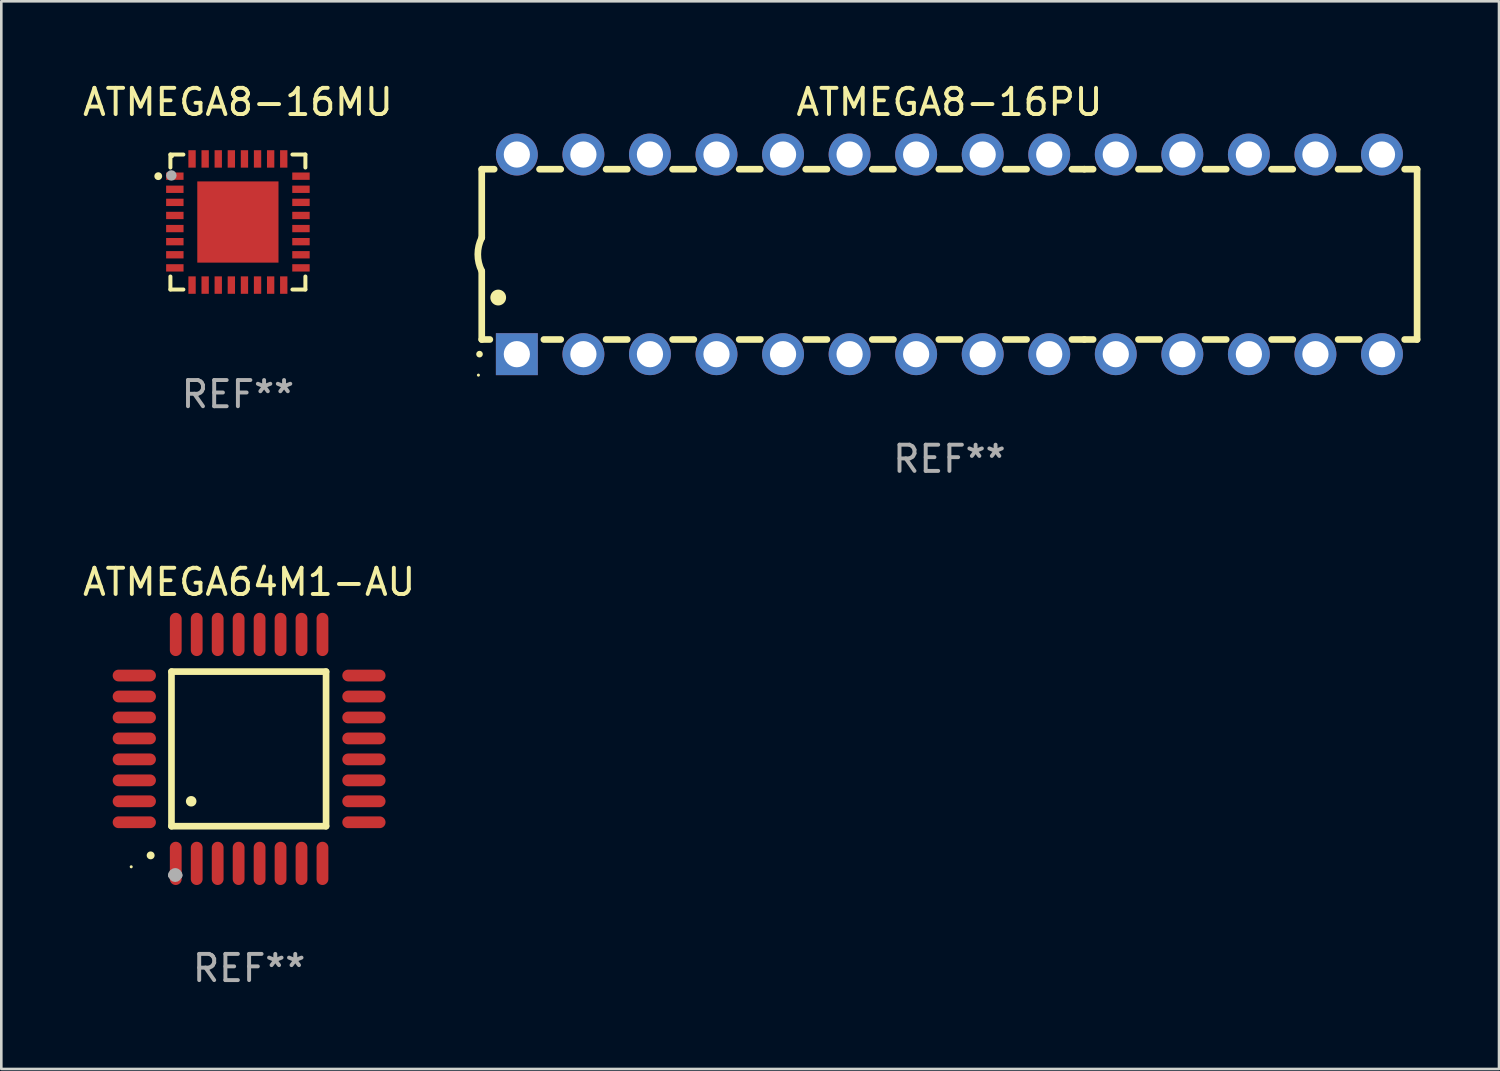
<source format=kicad_pcb>
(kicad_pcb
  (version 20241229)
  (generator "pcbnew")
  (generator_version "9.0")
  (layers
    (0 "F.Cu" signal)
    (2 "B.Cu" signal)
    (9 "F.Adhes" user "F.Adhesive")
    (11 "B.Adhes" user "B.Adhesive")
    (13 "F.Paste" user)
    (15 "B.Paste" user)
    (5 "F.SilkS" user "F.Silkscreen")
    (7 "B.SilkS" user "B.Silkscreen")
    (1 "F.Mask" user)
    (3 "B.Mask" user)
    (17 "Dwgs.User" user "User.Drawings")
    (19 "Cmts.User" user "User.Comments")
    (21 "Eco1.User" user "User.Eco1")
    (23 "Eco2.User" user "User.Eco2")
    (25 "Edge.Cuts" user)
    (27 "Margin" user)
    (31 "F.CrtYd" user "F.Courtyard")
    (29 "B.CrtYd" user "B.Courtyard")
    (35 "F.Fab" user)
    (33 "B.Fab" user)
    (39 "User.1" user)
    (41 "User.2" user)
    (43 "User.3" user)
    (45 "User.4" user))
  (footprint "ATMEGA8-16PU"
    (layer "F.Cu")
    (at 33.187 6.658)
    (property "Reference" "ATMEGA8-16PU" (at 0 -5.81 0) (layer "F.SilkS") (effects (font (size 1 1) (thickness 0.15))))
    (attr through_hole)
    (fp_line (start -17.85 -3.25) (end -17.85 -0.635) (stroke (width 0.254) (type solid)) (layer "F.SilkS"))
    (fp_line (start -17.85 3.25) (end -17.85 0.635) (stroke (width 0.254) (type solid)) (layer "F.SilkS"))
    (fp_line (start -17.85 3.25) (end -17.541 3.25) (stroke (width 0.254) (type solid)) (layer "F.SilkS"))
    (fp_line (start -17.375 -3.25) (end -17.85 -3.25) (stroke (width 0.254) (type solid)) (layer "F.SilkS"))
    (fp_line (start -15.479 3.25) (end -14.835 3.25) (stroke (width 0.254) (type solid)) (layer "F.SilkS"))
    (fp_line (start -14.835 -3.25) (end -15.645 -3.25) (stroke (width 0.254) (type solid)) (layer "F.SilkS"))
    (fp_line (start -13.105 3.25) (end -12.295 3.25) (stroke (width 0.254) (type solid)) (layer "F.SilkS"))
    (fp_line (start -12.295 -3.25) (end -13.105 -3.25) (stroke (width 0.254) (type solid)) (layer "F.SilkS"))
    (fp_line (start -10.565 3.25) (end -9.755 3.25) (stroke (width 0.254) (type solid)) (layer "F.SilkS"))
    (fp_line (start -9.755 -3.25) (end -10.565 -3.25) (stroke (width 0.254) (type solid)) (layer "F.SilkS"))
    (fp_line (start -8.025 3.25) (end -7.215 3.25) (stroke (width 0.254) (type solid)) (layer "F.SilkS"))
    (fp_line (start -7.215 -3.25) (end -8.025 -3.25) (stroke (width 0.254) (type solid)) (layer "F.SilkS"))
    (fp_line (start -5.485 3.25) (end -4.675 3.25) (stroke (width 0.254) (type solid)) (layer "F.SilkS"))
    (fp_line (start -4.675 -3.25) (end -5.485 -3.25) (stroke (width 0.254) (type solid)) (layer "F.SilkS"))
    (fp_line (start -2.945 3.25) (end -2.135 3.25) (stroke (width 0.254) (type solid)) (layer "F.SilkS"))
    (fp_line (start -2.135 -3.25) (end -2.945 -3.25) (stroke (width 0.254) (type solid)) (layer "F.SilkS"))
    (fp_line (start -0.405 3.25) (end 0.405 3.25) (stroke (width 0.254) (type solid)) (layer "F.SilkS"))
    (fp_line (start 0.405 -3.25) (end -0.405 -3.25) (stroke (width 0.254) (type solid)) (layer "F.SilkS"))
    (fp_line (start 2.135 3.25) (end 2.945 3.25) (stroke (width 0.254) (type solid)) (layer "F.SilkS"))
    (fp_line (start 2.945 -3.25) (end 2.135 -3.25) (stroke (width 0.254) (type solid)) (layer "F.SilkS"))
    (fp_line (start 4.675 3.25) (end 5.15 3.25) (stroke (width 0.254) (type solid)) (layer "F.SilkS"))
    (fp_line (start 5.15 -3.25) (end 4.675 -3.25) (stroke (width 0.254) (type solid)) (layer "F.SilkS"))
    (fp_line (start 5.15 -3.25) (end 5.485 -3.25) (stroke (width 0.254) (type solid)) (layer "F.SilkS"))
    (fp_line (start 5.15 3.25) (end 5.485 3.25) (stroke (width 0.254) (type solid)) (layer "F.SilkS"))
    (fp_line (start 7.215 -3.25) (end 8.025 -3.25) (stroke (width 0.254) (type solid)) (layer "F.SilkS"))
    (fp_line (start 7.215 3.25) (end 8.025 3.25) (stroke (width 0.254) (type solid)) (layer "F.SilkS"))
    (fp_line (start 9.755 -3.25) (end 10.565 -3.25) (stroke (width 0.254) (type solid)) (layer "F.SilkS"))
    (fp_line (start 9.755 3.25) (end 10.565 3.25) (stroke (width 0.254) (type solid)) (layer "F.SilkS"))
    (fp_line (start 12.295 -3.25) (end 13.105 -3.25) (stroke (width 0.254) (type solid)) (layer "F.SilkS"))
    (fp_line (start 12.295 3.25) (end 13.105 3.25) (stroke (width 0.254) (type solid)) (layer "F.SilkS"))
    (fp_line (start 14.835 -3.25) (end 15.645 -3.25) (stroke (width 0.254) (type solid)) (layer "F.SilkS"))
    (fp_line (start 14.835 3.25) (end 15.645 3.25) (stroke (width 0.254) (type solid)) (layer "F.SilkS"))
    (fp_line (start 17.375 -3.25) (end 17.85 -3.25) (stroke (width 0.254) (type solid)) (layer "F.SilkS"))
    (fp_line (start 17.375 3.25) (end 17.85 3.25) (stroke (width 0.254) (type solid)) (layer "F.SilkS"))
    (fp_line (start 17.85 -3.25) (end 17.85 3.25) (stroke (width 0.254) (type solid)) (layer "F.SilkS"))
    (fp_arc (start -17.934976 3.810008) (mid -17.934983 3.808738) (end -17.934976 3.807468) (stroke (width 0.25) (type solid)) (layer "F.SilkS"))
    (fp_arc (start -17.851155 0.635002) (mid -18.000677 -0.000132) (end -17.850038 -0.635001) (stroke (width 0.254001) (type solid)) (layer "F.SilkS"))
    (fp_arc (start -17.221234 1.651003) (mid -17.221245 1.648463) (end -17.221234 1.645923) (stroke (width 0.6) (type solid)) (layer "F.SilkS"))
    (fp_circle (center -17.977 4.61) (end -17.947 4.61) (stroke (width 0.06) (type solid)) (fill no) (layer "F.SilkS"))
    (fp_text user "REF**" (at 0 7.81 0) (layer "F.Fab") (effects (font (size 1 1) (thickness 0.15))))
    (pad "1" thru_hole rect (at -16.51 3.81 90) (size 1.6 1.6) (drill 1) (layers "*.Cu" "*.Mask"))
    (pad "2" thru_hole circle (at -13.97 3.81 90) (size 1.6 1.6) (drill 1) (layers "*.Cu" "*.Mask"))
    (pad "3" thru_hole circle (at -11.43 3.81 90) (size 1.6 1.6) (drill 1) (layers "*.Cu" "*.Mask"))
    (pad "4" thru_hole circle (at -8.89 3.81 90) (size 1.6 1.6) (drill 1) (layers "*.Cu" "*.Mask"))
    (pad "5" thru_hole circle (at -6.35 3.81 90) (size 1.6 1.6) (drill 1) (layers "*.Cu" "*.Mask"))
    (pad "6" thru_hole circle (at -3.81 3.81 90) (size 1.6 1.6) (drill 1) (layers "*.Cu" "*.Mask"))
    (pad "7" thru_hole circle (at -1.27 3.81 90) (size 1.6 1.6) (drill 1) (layers "*.Cu" "*.Mask"))
    (pad "8" thru_hole circle (at 1.27 3.81 90) (size 1.6 1.6) (drill 1) (layers "*.Cu" "*.Mask"))
    (pad "9" thru_hole circle (at 3.81 3.81 90) (size 1.6 1.6) (drill 1) (layers "*.Cu" "*.Mask"))
    (pad "10" thru_hole circle (at 6.35 3.81 90) (size 1.6 1.6) (drill 1) (layers "*.Cu" "*.Mask"))
    (pad "11" thru_hole circle (at 8.89 3.81 90) (size 1.6 1.6) (drill 1) (layers "*.Cu" "*.Mask"))
    (pad "12" thru_hole circle (at 11.43 3.81 90) (size 1.6 1.6) (drill 1) (layers "*.Cu" "*.Mask"))
    (pad "13" thru_hole circle (at 13.97 3.81 90) (size 1.6 1.6) (drill 1) (layers "*.Cu" "*.Mask"))
    (pad "14" thru_hole circle (at 16.51 3.81 90) (size 1.6 1.6) (drill 1) (layers "*.Cu" "*.Mask"))
    (pad "15" thru_hole circle (at 16.51 -3.81 90) (size 1.6 1.6) (drill 1) (layers "*.Cu" "*.Mask"))
    (pad "16" thru_hole circle (at 13.97 -3.81 90) (size 1.6 1.6) (drill 1) (layers "*.Cu" "*.Mask"))
    (pad "17" thru_hole circle (at 11.43 -3.81 90) (size 1.6 1.6) (drill 1) (layers "*.Cu" "*.Mask"))
    (pad "18" thru_hole circle (at 8.89 -3.81 90) (size 1.6 1.6) (drill 1) (layers "*.Cu" "*.Mask"))
    (pad "19" thru_hole circle (at 6.35 -3.81 90) (size 1.6 1.6) (drill 1) (layers "*.Cu" "*.Mask"))
    (pad "20" thru_hole circle (at 3.81 -3.81 90) (size 1.6 1.6) (drill 1) (layers "*.Cu" "*.Mask"))
    (pad "21" thru_hole circle (at 1.27 -3.81 90) (size 1.6 1.6) (drill 1) (layers "*.Cu" "*.Mask"))
    (pad "22" thru_hole circle (at -1.27 -3.81 90) (size 1.6 1.6) (drill 1) (layers "*.Cu" "*.Mask"))
    (pad "23" thru_hole circle (at -3.81 -3.81 90) (size 1.6 1.6) (drill 1) (layers "*.Cu" "*.Mask"))
    (pad "24" thru_hole circle (at -6.35 -3.81 90) (size 1.6 1.6) (drill 1) (layers "*.Cu" "*.Mask"))
    (pad "25" thru_hole circle (at -8.89 -3.81 90) (size 1.6 1.6) (drill 1) (layers "*.Cu" "*.Mask"))
    (pad "26" thru_hole circle (at -11.43 -3.81 90) (size 1.6 1.6) (drill 1) (layers "*.Cu" "*.Mask"))
    (pad "27" thru_hole circle (at -13.97 -3.81 90) (size 1.6 1.6) (drill 1) (layers "*.Cu" "*.Mask"))
    (pad "28" thru_hole circle (at -16.51 -3.81 90) (size 1.6 1.6) (drill 1) (layers "*.Cu" "*.Mask")))
  (footprint "ATMEGA64M1-AU"
    (layer "F.Cu")
    (at 6.458 25.534)
    (property "Reference" "ATMEGA64M1-AU" (at 0 -6.369 0) (layer "F.SilkS") (effects (font (size 1 1) (thickness 0.15))))
    (attr through_hole)
    (fp_line (start -2.963 -2.95) (end -2.963 2.95) (stroke (width 0.254) (type solid)) (layer "F.SilkS"))
    (fp_line (start -2.963 2.95) (end 2.937 2.95) (stroke (width 0.254) (type solid)) (layer "F.SilkS"))
    (fp_line (start 2.937 -2.95) (end -2.963 -2.95) (stroke (width 0.254) (type solid)) (layer "F.SilkS"))
    (fp_line (start 2.937 2.95) (end 2.937 -2.95) (stroke (width 0.254) (type solid)) (layer "F.SilkS"))
    (fp_arc (start -3.759208 4.064008) (mid -3.757938 4.064003) (end -3.756668 4.064008) (stroke (width 0.3) (type solid)) (layer "F.SilkS"))
    (fp_arc (start -2.212344 1.998984) (mid -2.211074 1.99898) (end -2.209804 1.998984) (stroke (width 0.4) (type solid)) (layer "F.SilkS"))
    (fp_circle (center -4.5 4.5) (end -4.47 4.5) (stroke (width 0.06) (type solid)) (fill no) (layer "F.SilkS"))
    (fp_arc (start -2.967489 4.82601) (mid -2.819406 4.677927) (end -2.671323 4.82601) (stroke (width 0.254001) (type solid)) (layer "F.Fab"))
    (fp_arc (start -2.967488 4.82601) (mid -2.819406 4.791053) (end -2.671324 4.82601) (stroke (width 0.254001) (type solid)) (layer "F.Fab"))
    (fp_circle (center -2.819 4.826) (end -2.692 4.826) (stroke (width 0.254) (type solid)) (fill no) (layer "F.Fab"))
    (fp_text user "REF**" (at 0 8.369 0) (layer "F.Fab") (effects (font (size 1 1) (thickness 0.15))))
    (pad "1" smd oval (at -2.8 4.369) (size 0.45 1.65) (layers "F.Cu" "F.Mask" "F.Paste"))
    (pad "2" smd oval (at -2 4.369) (size 0.45 1.65) (layers "F.Cu" "F.Mask" "F.Paste"))
    (pad "3" smd oval (at -1.2 4.369) (size 0.45 1.65) (layers "F.Cu" "F.Mask" "F.Paste"))
    (pad "4" smd oval (at -0.4 4.369) (size 0.45 1.65) (layers "F.Cu" "F.Mask" "F.Paste"))
    (pad "5" smd oval (at 0.4 4.369) (size 0.45 1.65) (layers "F.Cu" "F.Mask" "F.Paste"))
    (pad "6" smd oval (at 1.2 4.369) (size 0.45 1.65) (layers "F.Cu" "F.Mask" "F.Paste"))
    (pad "7" smd oval (at 2 4.369) (size 0.45 1.65) (layers "F.Cu" "F.Mask" "F.Paste"))
    (pad "8" smd oval (at 2.8 4.369) (size 0.45 1.65) (layers "F.Cu" "F.Mask" "F.Paste"))
    (pad "9" smd oval (at 4.382 2.8) (size 1.65 0.45) (layers "F.Cu" "F.Mask" "F.Paste"))
    (pad "10" smd oval (at 4.382 2) (size 1.65 0.45) (layers "F.Cu" "F.Mask" "F.Paste"))
    (pad "11" smd oval (at 4.382 1.2) (size 1.65 0.45) (layers "F.Cu" "F.Mask" "F.Paste"))
    (pad "12" smd oval (at 4.382 0.4) (size 1.65 0.45) (layers "F.Cu" "F.Mask" "F.Paste"))
    (pad "13" smd oval (at 4.382 -0.4) (size 1.65 0.45) (layers "F.Cu" "F.Mask" "F.Paste"))
    (pad "14" smd oval (at 4.382 -1.2) (size 1.65 0.45) (layers "F.Cu" "F.Mask" "F.Paste"))
    (pad "15" smd oval (at 4.382 -2) (size 1.65 0.45) (layers "F.Cu" "F.Mask" "F.Paste"))
    (pad "16" smd oval (at 4.382 -2.8) (size 1.65 0.45) (layers "F.Cu" "F.Mask" "F.Paste"))
    (pad "17" smd oval (at 2.8 -4.369) (size 0.45 1.65) (layers "F.Cu" "F.Mask" "F.Paste"))
    (pad "18" smd oval (at 2 -4.369) (size 0.45 1.65) (layers "F.Cu" "F.Mask" "F.Paste"))
    (pad "19" smd oval (at 1.2 -4.369) (size 0.45 1.65) (layers "F.Cu" "F.Mask" "F.Paste"))
    (pad "20" smd oval (at 0.4 -4.369) (size 0.45 1.65) (layers "F.Cu" "F.Mask" "F.Paste"))
    (pad "21" smd oval (at -0.4 -4.369) (size 0.45 1.65) (layers "F.Cu" "F.Mask" "F.Paste"))
    (pad "22" smd oval (at -1.2 -4.369) (size 0.45 1.65) (layers "F.Cu" "F.Mask" "F.Paste"))
    (pad "23" smd oval (at -2 -4.369) (size 0.45 1.65) (layers "F.Cu" "F.Mask" "F.Paste"))
    (pad "24" smd oval (at -2.8 -4.369) (size 0.45 1.65) (layers "F.Cu" "F.Mask" "F.Paste"))
    (pad "25" smd oval (at -4.382 -2.8) (size 1.65 0.45) (layers "F.Cu" "F.Mask" "F.Paste"))
    (pad "26" smd oval (at -4.382 -2) (size 1.65 0.45) (layers "F.Cu" "F.Mask" "F.Paste"))
    (pad "27" smd oval (at -4.382 -1.2) (size 1.65 0.45) (layers "F.Cu" "F.Mask" "F.Paste"))
    (pad "28" smd oval (at -4.382 -0.4) (size 1.65 0.45) (layers "F.Cu" "F.Mask" "F.Paste"))
    (pad "29" smd oval (at -4.382 0.4) (size 1.65 0.45) (layers "F.Cu" "F.Mask" "F.Paste"))
    (pad "30" smd oval (at -4.382 1.2) (size 1.65 0.45) (layers "F.Cu" "F.Mask" "F.Paste"))
    (pad "31" smd oval (at -4.382 2) (size 1.65 0.45) (layers "F.Cu" "F.Mask" "F.Paste"))
    (pad "32" smd oval (at -4.382 2.8) (size 1.65 0.45) (layers "F.Cu" "F.Mask" "F.Paste")))
  (footprint "ATMEGA8-16MU"
    (layer "F.Cu")
    (at 6.03 5.424)
    (property "Reference" "ATMEGA8-16MU" (at 0 -4.576 0) (layer "F.SilkS") (effects (font (size 1 1) (thickness 0.15))))
    (attr through_hole)
    (fp_line (start -2.576 -2.576) (end -2.576 -2.08) (stroke (width 0.152) (type solid)) (layer "F.SilkS"))
    (fp_line (start -2.576 2.576) (end -2.576 2.08) (stroke (width 0.152) (type solid)) (layer "F.SilkS"))
    (fp_line (start -2.08 -2.576) (end -2.576 -2.576) (stroke (width 0.152) (type solid)) (layer "F.SilkS"))
    (fp_line (start -2.08 2.576) (end -2.576 2.576) (stroke (width 0.152) (type solid)) (layer "F.SilkS"))
    (fp_line (start 2.08 -2.576) (end 2.576 -2.576) (stroke (width 0.152) (type solid)) (layer "F.SilkS"))
    (fp_line (start 2.08 2.576) (end 2.576 2.576) (stroke (width 0.152) (type solid)) (layer "F.SilkS"))
    (fp_line (start 2.576 -2.576) (end 2.576 -2.08) (stroke (width 0.152) (type solid)) (layer "F.SilkS"))
    (fp_line (start 2.576 2.576) (end 2.576 2.08) (stroke (width 0.152) (type solid)) (layer "F.SilkS"))
    (fp_circle (center -3.04 -1.75) (end -2.965 -1.75) (stroke (width 0.15) (type solid)) (fill no) (layer "F.SilkS"))
    (fp_circle (center -2.5 -2.5) (end -2.47 -2.5) (stroke (width 0.06) (type solid)) (fill no) (layer "F.SilkS"))
    (fp_circle (center -2.54 -1.778) (end -2.44 -1.778) (stroke (width 0.2) (type solid)) (fill no) (layer "F.Fab"))
    (fp_text user "REF**" (at 0 6.576 0) (layer "F.Fab") (effects (font (size 1 1) (thickness 0.15))))
    (pad "1" smd rect (at -2.407 -1.75) (size 0.665 0.28) (layers "F.Cu" "F.Mask" "F.Paste"))
    (pad "2" smd rect (at -2.407 -1.25) (size 0.665 0.28) (layers "F.Cu" "F.Mask" "F.Paste"))
    (pad "3" smd rect (at -2.407 -0.75) (size 0.665 0.28) (layers "F.Cu" "F.Mask" "F.Paste"))
    (pad "4" smd rect (at -2.407 -0.25) (size 0.665 0.28) (layers "F.Cu" "F.Mask" "F.Paste"))
    (pad "5" smd rect (at -2.407 0.25) (size 0.665 0.28) (layers "F.Cu" "F.Mask" "F.Paste"))
    (pad "6" smd rect (at -2.407 0.75) (size 0.665 0.28) (layers "F.Cu" "F.Mask" "F.Paste"))
    (pad "7" smd rect (at -2.407 1.25) (size 0.665 0.28) (layers "F.Cu" "F.Mask" "F.Paste"))
    (pad "8" smd rect (at -2.407 1.75) (size 0.665 0.28) (layers "F.Cu" "F.Mask" "F.Paste"))
    (pad "9" smd rect (at -1.75 2.407) (size 0.28 0.665) (layers "F.Cu" "F.Mask" "F.Paste"))
    (pad "10" smd rect (at -1.25 2.407) (size 0.28 0.665) (layers "F.Cu" "F.Mask" "F.Paste"))
    (pad "11" smd rect (at -0.75 2.407) (size 0.28 0.665) (layers "F.Cu" "F.Mask" "F.Paste"))
    (pad "12" smd rect (at -0.25 2.407) (size 0.28 0.665) (layers "F.Cu" "F.Mask" "F.Paste"))
    (pad "13" smd rect (at 0.25 2.407) (size 0.28 0.665) (layers "F.Cu" "F.Mask" "F.Paste"))
    (pad "14" smd rect (at 0.75 2.407) (size 0.28 0.665) (layers "F.Cu" "F.Mask" "F.Paste"))
    (pad "15" smd rect (at 1.25 2.407) (size 0.28 0.665) (layers "F.Cu" "F.Mask" "F.Paste"))
    (pad "16" smd rect (at 1.75 2.407) (size 0.28 0.665) (layers "F.Cu" "F.Mask" "F.Paste"))
    (pad "17" smd rect (at 2.407 1.75) (size 0.665 0.28) (layers "F.Cu" "F.Mask" "F.Paste"))
    (pad "18" smd rect (at 2.407 1.25) (size 0.665 0.28) (layers "F.Cu" "F.Mask" "F.Paste"))
    (pad "19" smd rect (at 2.407 0.75) (size 0.665 0.28) (layers "F.Cu" "F.Mask" "F.Paste"))
    (pad "20" smd rect (at 2.407 0.25) (size 0.665 0.28) (layers "F.Cu" "F.Mask" "F.Paste"))
    (pad "21" smd rect (at 2.407 -0.25) (size 0.665 0.28) (layers "F.Cu" "F.Mask" "F.Paste"))
    (pad "22" smd rect (at 2.407 -0.75) (size 0.665 0.28) (layers "F.Cu" "F.Mask" "F.Paste"))
    (pad "23" smd rect (at 2.407 -1.25) (size 0.665 0.28) (layers "F.Cu" "F.Mask" "F.Paste"))
    (pad "24" smd rect (at 2.407 -1.75) (size 0.665 0.28) (layers "F.Cu" "F.Mask" "F.Paste"))
    (pad "25" smd rect (at 1.75 -2.408) (size 0.28 0.665) (layers "F.Cu" "F.Mask" "F.Paste"))
    (pad "26" smd rect (at 1.25 -2.408) (size 0.28 0.665) (layers "F.Cu" "F.Mask" "F.Paste"))
    (pad "27" smd rect (at 0.75 -2.408) (size 0.28 0.665) (layers "F.Cu" "F.Mask" "F.Paste"))
    (pad "28" smd rect (at 0.25 -2.408) (size 0.28 0.665) (layers "F.Cu" "F.Mask" "F.Paste"))
    (pad "29" smd rect (at -0.25 -2.408) (size 0.28 0.665) (layers "F.Cu" "F.Mask" "F.Paste"))
    (pad "30" smd rect (at -0.75 -2.408) (size 0.28 0.665) (layers "F.Cu" "F.Mask" "F.Paste"))
    (pad "31" smd rect (at -1.25 -2.408) (size 0.28 0.665) (layers "F.Cu" "F.Mask" "F.Paste"))
    (pad "32" smd rect (at -1.75 -2.408) (size 0.28 0.665) (layers "F.Cu" "F.Mask" "F.Paste"))
    (pad "33" smd rect (at -0.000076 -0.000102) (size 3.1 3.1) (layers "F.Cu" "F.Mask" "F.Paste")))
  (gr_rect
    (start -3 -3)
    (end 54.164 37.751)
    (stroke (width 0.1) (type default))
    (fill no)
    (layer "Edge.Cuts")))
</source>
